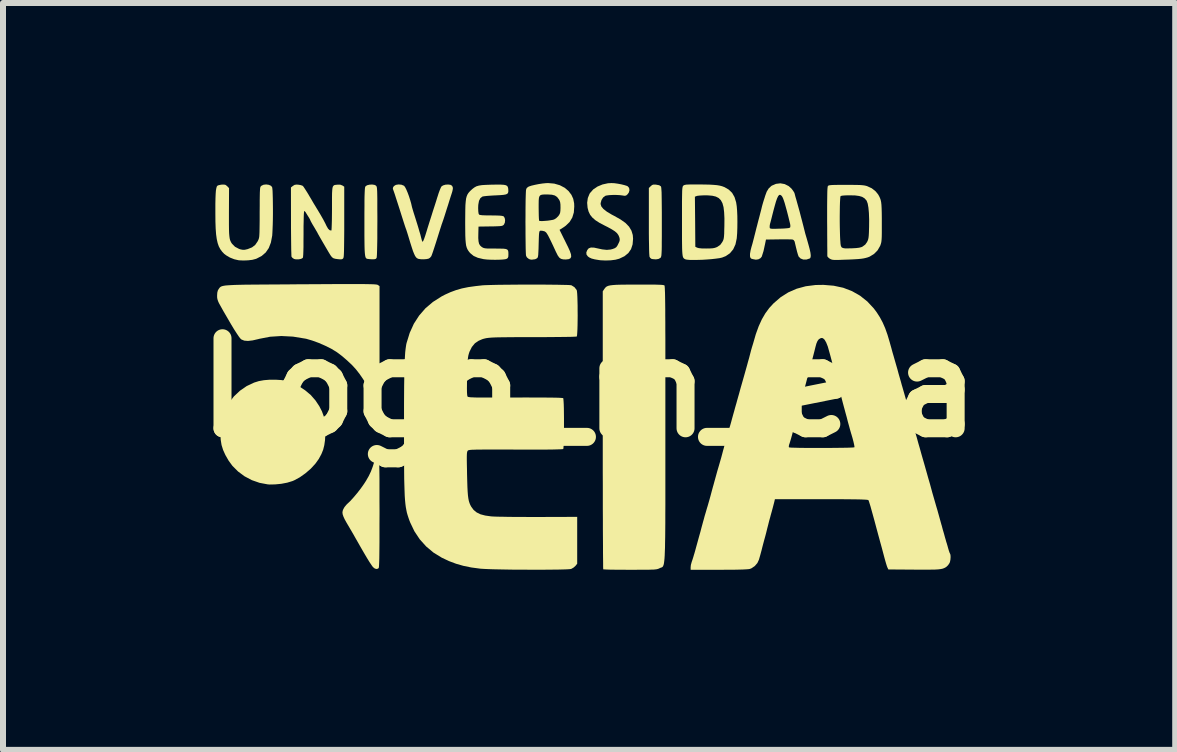
<source format=kicad_pcb>
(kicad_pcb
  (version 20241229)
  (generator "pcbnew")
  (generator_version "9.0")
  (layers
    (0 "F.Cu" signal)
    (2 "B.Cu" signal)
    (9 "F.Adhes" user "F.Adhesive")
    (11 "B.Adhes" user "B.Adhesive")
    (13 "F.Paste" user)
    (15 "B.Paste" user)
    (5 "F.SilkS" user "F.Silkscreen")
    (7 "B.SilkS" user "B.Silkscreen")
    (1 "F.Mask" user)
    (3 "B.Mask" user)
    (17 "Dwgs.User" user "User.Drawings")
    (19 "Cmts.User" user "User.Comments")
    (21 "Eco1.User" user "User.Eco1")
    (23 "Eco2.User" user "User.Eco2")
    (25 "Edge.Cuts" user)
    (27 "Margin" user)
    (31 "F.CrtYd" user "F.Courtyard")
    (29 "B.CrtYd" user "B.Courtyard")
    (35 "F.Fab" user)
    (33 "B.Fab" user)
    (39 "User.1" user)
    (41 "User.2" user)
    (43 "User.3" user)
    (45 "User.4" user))
  (footprint "Logo_m_eia"
    (layer "F.Cu")
    (at 6.764 3.407)
    (property "Reference" "Logo_m_eia" (at 0 0 0) (layer "F.SilkS") (effects (font (size 1.5 1.5) (thickness 0.3))))
    (attr board_only exclude_from_pos_files exclude_from_bom)
    (fp_poly (pts (xy -3.479 1.146) (xy -3.485 1.152) (xy -3.491 1.146) (xy -3.485 1.14)) (stroke (width 0) (type solid)) (fill yes) (layer "F.SilkS"))
    (fp_poly (pts (xy 1.105 -3.382) (xy 1.119 -3.38) (xy 1.168 -3.371) (xy 1.195 -3.353) (xy 1.196 -3.353) (xy 1.2 -3.343) (xy 1.203 -3.325) (xy 1.205 -3.295) (xy 1.208 -3.253) (xy 1.209 -3.196) (xy 1.21 -3.124) (xy 1.211 -3.033) (xy 1.212 -2.922) (xy 1.212 -2.789) (xy 1.212 -2.757) (xy 1.212 -2.625) (xy 1.212 -2.515) (xy 1.211 -2.424) (xy 1.211 -2.352) (xy 1.21 -2.295) (xy 1.208 -2.251) (xy 1.206 -2.219) (xy 1.204 -2.196) (xy 1.2 -2.181) (xy 1.196 -2.171) (xy 1.191 -2.163) (xy 1.188 -2.16) (xy 1.157 -2.143) (xy 1.113 -2.136) (xy 1.061 -2.14) (xy 1.04 -2.144) (xy 1.02 -2.159) (xy 1.007 -2.179) (xy 1.005 -2.198) (xy 1.002 -2.238) (xy 1 -2.298) (xy 0.999 -2.375) (xy 0.997 -2.467) (xy 0.996 -2.573) (xy 0.996 -2.689) (xy 0.996 -2.767) (xy 0.996 -3.325) (xy 1.027 -3.355) (xy 1.049 -3.374) (xy 1.071 -3.382)) (stroke (width 0) (type solid)) (fill yes) (layer "F.SilkS"))
    (fp_poly (pts (xy -3.575 -3.377) (xy -3.551 -3.365) (xy -3.546 -3.359) (xy -3.541 -3.352) (xy -3.537 -3.34) (xy -3.534 -3.322) (xy -3.532 -3.296) (xy -3.53 -3.26) (xy -3.529 -3.212) (xy -3.528 -3.149) (xy -3.528 -3.069) (xy -3.528 -2.971) (xy -3.527 -2.853) (xy -3.527 -2.763) (xy -3.528 -2.612) (xy -3.528 -2.481) (xy -3.53 -2.372) (xy -3.532 -2.284) (xy -3.534 -2.22) (xy -3.537 -2.178) (xy -3.54 -2.159) (xy -3.54 -2.159) (xy -3.554 -2.144) (xy -3.578 -2.138) (xy -3.609 -2.137) (xy -3.649 -2.139) (xy -3.682 -2.143) (xy -3.691 -2.144) (xy -3.703 -2.147) (xy -3.712 -2.153) (xy -3.721 -2.164) (xy -3.727 -2.181) (xy -3.732 -2.207) (xy -3.736 -2.243) (xy -3.739 -2.292) (xy -3.741 -2.356) (xy -3.742 -2.436) (xy -3.743 -2.535) (xy -3.743 -2.653) (xy -3.743 -2.769) (xy -3.743 -2.903) (xy -3.742 -3.015) (xy -3.742 -3.106) (xy -3.741 -3.18) (xy -3.739 -3.237) (xy -3.737 -3.281) (xy -3.735 -3.312) (xy -3.732 -3.334) (xy -3.728 -3.347) (xy -3.725 -3.352) (xy -3.7 -3.37) (xy -3.66 -3.38) (xy -3.615 -3.383)) (stroke (width 0) (type solid)) (fill yes) (layer "F.SilkS"))
    (fp_poly (pts (xy -5.125 -0.125) (xy -5.055 -0.113) (xy -4.945 -0.078) (xy -4.835 -0.024) (xy -4.731 0.045) (xy -4.637 0.124) (xy -4.561 0.211) (xy -4.555 0.219) (xy -4.494 0.311) (xy -4.45 0.397) (xy -4.419 0.482) (xy -4.401 0.574) (xy -4.393 0.678) (xy -4.394 0.771) (xy -4.399 0.874) (xy -4.411 0.959) (xy -4.43 1.035) (xy -4.459 1.107) (xy -4.5 1.183) (xy -4.501 1.186) (xy -4.56 1.268) (xy -4.636 1.351) (xy -4.724 1.427) (xy -4.818 1.494) (xy -4.912 1.545) (xy -4.943 1.558) (xy -5.028 1.584) (xy -5.127 1.603) (xy -5.229 1.613) (xy -5.324 1.615) (xy -5.357 1.612) (xy -5.49 1.587) (xy -5.619 1.542) (xy -5.74 1.478) (xy -5.848 1.398) (xy -5.942 1.304) (xy -6.005 1.218) (xy -6.059 1.124) (xy -6.097 1.04) (xy -6.123 0.957) (xy -6.137 0.869) (xy -6.143 0.767) (xy -6.143 0.736) (xy -6.141 0.656) (xy -6.136 0.592) (xy -6.126 0.536) (xy -6.119 0.51) (xy -6.07 0.377) (xy -6.001 0.255) (xy -5.916 0.146) (xy -5.816 0.052) (xy -5.704 -0.025) (xy -5.581 -0.083) (xy -5.501 -0.108) (xy -5.417 -0.123) (xy -5.321 -0.131) (xy -5.22 -0.131)) (stroke (width 0) (type solid)) (fill yes) (layer "F.SilkS"))
    (fp_poly (pts (xy -3.524 1.171) (xy -3.51 1.183) (xy -3.507 1.188) (xy -3.504 1.198) (xy -3.501 1.214) (xy -3.499 1.238) (xy -3.497 1.271) (xy -3.495 1.314) (xy -3.494 1.37) (xy -3.493 1.441) (xy -3.492 1.526) (xy -3.492 1.629) (xy -3.492 1.751) (xy -3.492 1.894) (xy -3.491 2.058) (xy -3.491 2.098) (xy -3.492 2.276) (xy -3.492 2.432) (xy -3.492 2.566) (xy -3.493 2.679) (xy -3.494 2.774) (xy -3.495 2.851) (xy -3.497 2.911) (xy -3.499 2.956) (xy -3.501 2.986) (xy -3.504 3.004) (xy -3.506 3.009) (xy -3.534 3.023) (xy -3.568 3.016) (xy -3.6 2.991) (xy -3.601 2.99) (xy -3.625 2.957) (xy -3.659 2.906) (xy -3.702 2.836) (xy -3.755 2.746) (xy -3.819 2.635) (xy -3.85 2.58) (xy -3.888 2.514) (xy -3.924 2.45) (xy -3.957 2.393) (xy -3.983 2.349) (xy -3.995 2.328) (xy -4.04 2.252) (xy -4.072 2.194) (xy -4.093 2.148) (xy -4.105 2.112) (xy -4.109 2.082) (xy -4.105 2.054) (xy -4.096 2.029) (xy -4.075 1.991) (xy -4.043 1.952) (xy -4.028 1.937) (xy -3.979 1.891) (xy -3.923 1.829) (xy -3.863 1.758) (xy -3.804 1.682) (xy -3.751 1.607) (xy -3.718 1.556) (xy -3.672 1.476) (xy -3.635 1.399) (xy -3.604 1.317) (xy -3.574 1.221) (xy -3.56 1.182) (xy -3.544 1.166)) (stroke (width 0) (type solid)) (fill yes) (layer "F.SilkS"))
    (fp_poly (pts (xy 0.42 -3.405) (xy 0.477 -3.397) (xy 0.536 -3.386) (xy 0.589 -3.373) (xy 0.63 -3.36) (xy 0.645 -3.352) (xy 0.667 -3.325) (xy 0.673 -3.288) (xy 0.662 -3.249) (xy 0.641 -3.22) (xy 0.619 -3.201) (xy 0.597 -3.195) (xy 0.564 -3.199) (xy 0.56 -3.2) (xy 0.512 -3.206) (xy 0.454 -3.209) (xy 0.393 -3.209) (xy 0.336 -3.206) (xy 0.291 -3.2) (xy 0.269 -3.194) (xy 0.234 -3.167) (xy 0.207 -3.125) (xy 0.193 -3.074) (xy 0.192 -3.057) (xy 0.204 -3.018) (xy 0.239 -2.975) (xy 0.297 -2.93) (xy 0.377 -2.882) (xy 0.421 -2.859) (xy 0.524 -2.801) (xy 0.606 -2.743) (xy 0.666 -2.681) (xy 0.706 -2.614) (xy 0.728 -2.542) (xy 0.733 -2.48) (xy 0.725 -2.385) (xy 0.699 -2.306) (xy 0.654 -2.241) (xy 0.589 -2.188) (xy 0.503 -2.147) (xy 0.439 -2.13) (xy 0.361 -2.12) (xy 0.275 -2.117) (xy 0.191 -2.121) (xy 0.168 -2.124) (xy 0.095 -2.136) (xy 0.041 -2.15) (xy 0.003 -2.168) (xy -0.02 -2.185) (xy -0.043 -2.216) (xy -0.046 -2.251) (xy -0.03 -2.291) (xy -0.006 -2.32) (xy 0.03 -2.333) (xy 0.081 -2.332) (xy 0.127 -2.322) (xy 0.219 -2.302) (xy 0.295 -2.294) (xy 0.36 -2.3) (xy 0.394 -2.309) (xy 0.43 -2.323) (xy 0.454 -2.34) (xy 0.473 -2.367) (xy 0.486 -2.393) (xy 0.504 -2.431) (xy 0.511 -2.458) (xy 0.509 -2.483) (xy 0.503 -2.507) (xy 0.488 -2.541) (xy 0.465 -2.573) (xy 0.429 -2.604) (xy 0.379 -2.636) (xy 0.31 -2.674) (xy 0.266 -2.696) (xy 0.176 -2.743) (xy 0.107 -2.787) (xy 0.056 -2.831) (xy 0.018 -2.878) (xy -0.008 -2.932) (xy -0.025 -2.996) (xy -0.025 -2.997) (xy -0.032 -3.079) (xy -0.021 -3.158) (xy 0.008 -3.229) (xy 0.016 -3.241) (xy 0.069 -3.301) (xy 0.14 -3.349) (xy 0.224 -3.384) (xy 0.315 -3.404) (xy 0.372 -3.407)) (stroke (width 0) (type solid)) (fill yes) (layer "F.SilkS"))
    (fp_poly (pts (xy -3.814 -1.724) (xy -3.741 -1.724) (xy -3.682 -1.723) (xy -3.634 -1.722) (xy -3.596 -1.721) (xy -3.568 -1.719) (xy -3.547 -1.717) (xy -3.533 -1.715) (xy -3.524 -1.712) (xy -3.52 -1.71) (xy -3.491 -1.691) (xy -3.491 -0.75) (xy -3.491 0.191) (xy -3.518 0.209) (xy -3.545 0.225) (xy -3.562 0.223) (xy -3.579 0.204) (xy -3.58 0.201) (xy -3.594 0.176) (xy -3.612 0.138) (xy -3.631 0.096) (xy -3.665 0.026) (xy -3.711 -0.056) (xy -3.765 -0.141) (xy -3.821 -0.223) (xy -3.877 -0.295) (xy -3.891 -0.312) (xy -3.954 -0.38) (xy -4.031 -0.452) (xy -4.112 -0.522) (xy -4.191 -0.582) (xy -4.211 -0.596) (xy -4.297 -0.648) (xy -4.398 -0.698) (xy -4.506 -0.745) (xy -4.614 -0.784) (xy -4.713 -0.813) (xy -4.73 -0.816) (xy -4.933 -0.849) (xy -5.127 -0.859) (xy -5.314 -0.847) (xy -5.495 -0.812) (xy -5.509 -0.808) (xy -5.605 -0.786) (xy -5.683 -0.777) (xy -5.744 -0.782) (xy -5.789 -0.8) (xy -5.793 -0.802) (xy -5.812 -0.82) (xy -5.837 -0.853) (xy -5.87 -0.902) (xy -5.912 -0.967) (xy -5.962 -1.05) (xy -6.022 -1.153) (xy -6.093 -1.275) (xy -6.108 -1.302) (xy -6.142 -1.363) (xy -6.167 -1.408) (xy -6.182 -1.442) (xy -6.191 -1.47) (xy -6.196 -1.496) (xy -6.197 -1.524) (xy -6.197 -1.532) (xy -6.194 -1.582) (xy -6.185 -1.617) (xy -6.172 -1.64) (xy -6.164 -1.651) (xy -6.157 -1.661) (xy -6.149 -1.67) (xy -6.139 -1.678) (xy -6.126 -1.685) (xy -6.108 -1.691) (xy -6.085 -1.696) (xy -6.053 -1.701) (xy -6.013 -1.704) (xy -5.963 -1.707) (xy -5.902 -1.71) (xy -5.827 -1.712) (xy -5.738 -1.714) (xy -5.634 -1.715) (xy -5.512 -1.716) (xy -5.373 -1.717) (xy -5.213 -1.718) (xy -5.033 -1.719) (xy -4.829 -1.721) (xy -4.807 -1.721) (xy -4.604 -1.722) (xy -4.423 -1.723) (xy -4.264 -1.724) (xy -4.125 -1.724) (xy -4.005 -1.725) (xy -3.902 -1.725)) (stroke (width 0) (type solid)) (fill yes) (layer "F.SilkS"))
    (fp_poly (pts (xy -5.336 -3.378) (xy -5.3 -3.362) (xy -5.281 -3.34) (xy -5.277 -3.319) (xy -5.273 -3.277) (xy -5.271 -3.219) (xy -5.269 -3.148) (xy -5.268 -3.067) (xy -5.267 -2.98) (xy -5.267 -2.89) (xy -5.268 -2.802) (xy -5.27 -2.718) (xy -5.273 -2.643) (xy -5.276 -2.579) (xy -5.279 -2.531) (xy -5.28 -2.526) (xy -5.301 -2.416) (xy -5.336 -2.325) (xy -5.387 -2.251) (xy -5.454 -2.193) (xy -5.538 -2.149) (xy -5.558 -2.142) (xy -5.612 -2.128) (xy -5.681 -2.12) (xy -5.755 -2.117) (xy -5.827 -2.12) (xy -5.843 -2.122) (xy -5.912 -2.138) (xy -5.983 -2.166) (xy -6.046 -2.203) (xy -6.078 -2.227) (xy -6.114 -2.265) (xy -6.144 -2.306) (xy -6.169 -2.353) (xy -6.188 -2.408) (xy -6.203 -2.475) (xy -6.214 -2.554) (xy -6.221 -2.65) (xy -6.225 -2.764) (xy -6.226 -2.898) (xy -6.226 -2.952) (xy -6.226 -3.065) (xy -6.224 -3.156) (xy -6.221 -3.228) (xy -6.217 -3.282) (xy -6.21 -3.321) (xy -6.203 -3.347) (xy -6.193 -3.362) (xy -6.174 -3.371) (xy -6.141 -3.378) (xy -6.121 -3.381) (xy -6.082 -3.382) (xy -6.057 -3.377) (xy -6.036 -3.361) (xy -6.029 -3.355) (xy -5.998 -3.323) (xy -6 -2.923) (xy -6 -2.806) (xy -6 -2.711) (xy -5.999 -2.634) (xy -5.997 -2.572) (xy -5.993 -2.525) (xy -5.988 -2.487) (xy -5.981 -2.458) (xy -5.971 -2.434) (xy -5.96 -2.413) (xy -5.949 -2.397) (xy -5.899 -2.346) (xy -5.831 -2.31) (xy -5.806 -2.302) (xy -5.769 -2.295) (xy -5.735 -2.296) (xy -5.691 -2.306) (xy -5.685 -2.308) (xy -5.615 -2.336) (xy -5.563 -2.376) (xy -5.523 -2.434) (xy -5.517 -2.445) (xy -5.51 -2.46) (xy -5.504 -2.475) (xy -5.499 -2.493) (xy -5.495 -2.516) (xy -5.493 -2.546) (xy -5.491 -2.586) (xy -5.49 -2.64) (xy -5.489 -2.709) (xy -5.488 -2.796) (xy -5.488 -2.905) (xy -5.488 -2.921) (xy -5.487 -3.032) (xy -5.487 -3.122) (xy -5.486 -3.192) (xy -5.485 -3.246) (xy -5.483 -3.286) (xy -5.481 -3.315) (xy -5.478 -3.334) (xy -5.473 -3.346) (xy -5.468 -3.354) (xy -5.461 -3.36) (xy -5.459 -3.362) (xy -5.424 -3.379) (xy -5.38 -3.384)) (stroke (width 0) (type solid)) (fill yes) (layer "F.SilkS"))
    (fp_poly (pts (xy 1.029 -1.716) (xy 1.109 -1.715) (xy 1.17 -1.713) (xy 1.214 -1.711) (xy 1.241 -1.707) (xy 1.254 -1.703) (xy 1.255 -1.703) (xy 1.257 -1.699) (xy 1.259 -1.689) (xy 1.26 -1.674) (xy 1.262 -1.651) (xy 1.263 -1.619) (xy 1.265 -1.579) (xy 1.266 -1.528) (xy 1.267 -1.466) (xy 1.268 -1.393) (xy 1.269 -1.306) (xy 1.269 -1.205) (xy 1.27 -1.089) (xy 1.27 -0.957) (xy 1.271 -0.808) (xy 1.271 -0.642) (xy 1.271 -0.456) (xy 1.271 -0.251) (xy 1.271 -0.025) (xy 1.271 0.223) (xy 1.271 0.493) (xy 1.271 0.592) (xy 1.271 0.873) (xy 1.271 1.131) (xy 1.271 1.367) (xy 1.271 1.582) (xy 1.271 1.777) (xy 1.271 1.953) (xy 1.27 2.111) (xy 1.27 2.251) (xy 1.269 2.376) (xy 1.268 2.486) (xy 1.266 2.582) (xy 1.265 2.664) (xy 1.262 2.735) (xy 1.26 2.794) (xy 1.257 2.843) (xy 1.253 2.884) (xy 1.249 2.916) (xy 1.245 2.941) (xy 1.239 2.96) (xy 1.233 2.974) (xy 1.227 2.984) (xy 1.219 2.991) (xy 1.211 2.995) (xy 1.202 2.999) (xy 1.192 3.002) (xy 1.181 3.006) (xy 1.176 3.009) (xy 1.162 3.016) (xy 1.147 3.021) (xy 1.13 3.026) (xy 1.107 3.029) (xy 1.077 3.032) (xy 1.037 3.033) (xy 0.983 3.035) (xy 0.914 3.035) (xy 0.827 3.035) (xy 0.719 3.036) (xy 0.683 3.036) (xy 0.583 3.035) (xy 0.49 3.035) (xy 0.408 3.034) (xy 0.338 3.033) (xy 0.285 3.031) (xy 0.25 3.029) (xy 0.236 3.028) (xy 0.236 3.028) (xy 0.235 3.015) (xy 0.234 2.979) (xy 0.234 2.922) (xy 0.233 2.845) (xy 0.232 2.748) (xy 0.232 2.633) (xy 0.231 2.5) (xy 0.23 2.352) (xy 0.23 2.19) (xy 0.229 2.013) (xy 0.229 1.825) (xy 0.229 1.625) (xy 0.228 1.415) (xy 0.228 1.196) (xy 0.228 0.97) (xy 0.228 0.737) (xy 0.228 0.708) (xy 0.228 -1.604) (xy 0.255 -1.644) (xy 0.268 -1.661) (xy 0.282 -1.676) (xy 0.3 -1.687) (xy 0.323 -1.696) (xy 0.355 -1.703) (xy 0.398 -1.708) (xy 0.454 -1.712) (xy 0.525 -1.714) (xy 0.614 -1.715) (xy 0.723 -1.716) (xy 0.805 -1.716) (xy 0.929 -1.716)) (stroke (width 0) (type solid)) (fill yes) (layer "F.SilkS"))
    (fp_poly (pts (xy 1.814 -3.384) (xy 1.921 -3.383) (xy 2.008 -3.381) (xy 2.077 -3.377) (xy 2.133 -3.372) (xy 2.179 -3.364) (xy 2.217 -3.354) (xy 2.251 -3.341) (xy 2.255 -3.34) (xy 2.327 -3.298) (xy 2.383 -3.244) (xy 2.423 -3.174) (xy 2.45 -3.086) (xy 2.46 -3.021) (xy 2.466 -2.948) (xy 2.47 -2.859) (xy 2.471 -2.761) (xy 2.47 -2.663) (xy 2.467 -2.572) (xy 2.461 -2.496) (xy 2.46 -2.485) (xy 2.439 -2.386) (xy 2.401 -2.303) (xy 2.347 -2.238) (xy 2.277 -2.19) (xy 2.216 -2.166) (xy 2.172 -2.156) (xy 2.112 -2.148) (xy 2.042 -2.14) (xy 1.965 -2.134) (xy 1.885 -2.129) (xy 1.807 -2.127) (xy 1.736 -2.126) (xy 1.675 -2.127) (xy 1.629 -2.131) (xy 1.603 -2.137) (xy 1.602 -2.138) (xy 1.59 -2.144) (xy 1.579 -2.152) (xy 1.571 -2.162) (xy 1.564 -2.176) (xy 1.559 -2.197) (xy 1.555 -2.228) (xy 1.552 -2.268) (xy 1.55 -2.322) (xy 1.549 -2.391) (xy 1.548 -2.476) (xy 1.548 -2.581) (xy 1.548 -2.707) (xy 1.548 -2.766) (xy 1.548 -2.899) (xy 1.548 -3.01) (xy 1.548 -3.101) (xy 1.549 -3.174) (xy 1.549 -3.18) (xy 1.763 -3.18) (xy 1.767 -2.763) (xy 1.77 -2.346) (xy 1.8 -2.331) (xy 1.829 -2.323) (xy 1.878 -2.318) (xy 1.944 -2.317) (xy 1.956 -2.317) (xy 2.018 -2.318) (xy 2.062 -2.321) (xy 2.096 -2.328) (xy 2.126 -2.339) (xy 2.135 -2.343) (xy 2.185 -2.377) (xy 2.219 -2.424) (xy 2.23 -2.444) (xy 2.238 -2.464) (xy 2.244 -2.488) (xy 2.248 -2.52) (xy 2.251 -2.564) (xy 2.252 -2.623) (xy 2.254 -2.694) (xy 2.255 -2.819) (xy 2.25 -2.922) (xy 2.24 -3.006) (xy 2.222 -3.072) (xy 2.195 -3.122) (xy 2.159 -3.158) (xy 2.112 -3.182) (xy 2.053 -3.196) (xy 1.981 -3.202) (xy 1.947 -3.203) (xy 1.892 -3.202) (xy 1.843 -3.199) (xy 1.807 -3.195) (xy 1.794 -3.192) (xy 1.763 -3.18) (xy 1.549 -3.18) (xy 1.55 -3.231) (xy 1.551 -3.275) (xy 1.553 -3.307) (xy 1.556 -3.33) (xy 1.559 -3.345) (xy 1.563 -3.355) (xy 1.568 -3.362) (xy 1.571 -3.365) (xy 1.582 -3.372) (xy 1.597 -3.377) (xy 1.621 -3.381) (xy 1.658 -3.383) (xy 1.709 -3.384) (xy 1.78 -3.384)) (stroke (width 0) (type solid)) (fill yes) (layer "F.SilkS"))
    (fp_poly (pts (xy -3.127 -3.38) (xy -3.087 -3.364) (xy -3.081 -3.36) (xy -3.065 -3.339) (xy -3.045 -3.3) (xy -3.023 -3.248) (xy -3.001 -3.189) (xy -2.981 -3.126) (xy -2.964 -3.067) (xy -2.957 -3.036) (xy -2.95 -3.006) (xy -2.937 -2.961) (xy -2.921 -2.908) (xy -2.91 -2.874) (xy -2.891 -2.814) (xy -2.872 -2.753) (xy -2.856 -2.702) (xy -2.85 -2.682) (xy -2.837 -2.638) (xy -2.826 -2.599) (xy -2.82 -2.58) (xy -2.811 -2.55) (xy -2.801 -2.51) (xy -2.795 -2.487) (xy -2.786 -2.453) (xy -2.777 -2.432) (xy -2.772 -2.429) (xy -2.762 -2.445) (xy -2.747 -2.481) (xy -2.729 -2.533) (xy -2.709 -2.597) (xy -2.705 -2.61) (xy -2.694 -2.647) (xy -2.677 -2.701) (xy -2.657 -2.765) (xy -2.635 -2.834) (xy -2.626 -2.862) (xy -2.602 -2.939) (xy -2.575 -3.022) (xy -2.549 -3.103) (xy -2.528 -3.172) (xy -2.524 -3.183) (xy -2.506 -3.24) (xy -2.487 -3.291) (xy -2.471 -3.329) (xy -2.46 -3.35) (xy -2.433 -3.368) (xy -2.393 -3.38) (xy -2.349 -3.383) (xy -2.31 -3.378) (xy -2.288 -3.366) (xy -2.272 -3.343) (xy -2.269 -3.314) (xy -2.277 -3.273) (xy -2.284 -3.249) (xy -2.293 -3.221) (xy -2.308 -3.175) (xy -2.327 -3.115) (xy -2.348 -3.047) (xy -2.369 -2.982) (xy -2.391 -2.912) (xy -2.411 -2.849) (xy -2.428 -2.797) (xy -2.441 -2.76) (xy -2.447 -2.742) (xy -2.455 -2.721) (xy -2.467 -2.682) (xy -2.483 -2.633) (xy -2.496 -2.592) (xy -2.526 -2.496) (xy -2.554 -2.407) (xy -2.579 -2.33) (xy -2.6 -2.266) (xy -2.617 -2.218) (xy -2.628 -2.19) (xy -2.629 -2.188) (xy -2.65 -2.163) (xy -2.671 -2.149) (xy -2.705 -2.141) (xy -2.752 -2.137) (xy -2.801 -2.138) (xy -2.842 -2.144) (xy -2.852 -2.148) (xy -2.869 -2.157) (xy -2.884 -2.172) (xy -2.899 -2.194) (xy -2.915 -2.228) (xy -2.934 -2.275) (xy -2.955 -2.339) (xy -2.981 -2.421) (xy -3 -2.484) (xy -3.016 -2.537) (xy -3.031 -2.585) (xy -3.042 -2.619) (xy -3.047 -2.634) (xy -3.054 -2.652) (xy -3.067 -2.69) (xy -3.084 -2.742) (xy -3.104 -2.805) (xy -3.126 -2.874) (xy -3.158 -2.976) (xy -3.188 -3.069) (xy -3.215 -3.152) (xy -3.237 -3.221) (xy -3.255 -3.273) (xy -3.267 -3.306) (xy -3.269 -3.312) (xy -3.266 -3.334) (xy -3.251 -3.357) (xy -3.219 -3.377) (xy -3.174 -3.384)) (stroke (width 0) (type solid)) (fill yes) (layer "F.SilkS"))
    (fp_poly (pts (xy -1.467 -3.381) (xy -1.419 -3.378) (xy -1.386 -3.371) (xy -1.365 -3.359) (xy -1.354 -3.342) (xy -1.348 -3.319) (xy -1.346 -3.298) (xy -1.345 -3.268) (xy -1.35 -3.245) (xy -1.362 -3.229) (xy -1.386 -3.218) (xy -1.424 -3.211) (xy -1.48 -3.206) (xy -1.556 -3.202) (xy -1.564 -3.202) (xy -1.63 -3.198) (xy -1.69 -3.194) (xy -1.738 -3.189) (xy -1.77 -3.184) (xy -1.777 -3.182) (xy -1.811 -3.156) (xy -1.834 -3.111) (xy -1.846 -3.044) (xy -1.848 -2.991) (xy -1.846 -2.938) (xy -1.841 -2.9) (xy -1.833 -2.882) (xy -1.817 -2.876) (xy -1.78 -2.871) (xy -1.723 -2.869) (xy -1.642 -2.868) (xy -1.632 -2.868) (xy -1.552 -2.867) (xy -1.493 -2.865) (xy -1.453 -2.861) (xy -1.429 -2.855) (xy -1.423 -2.852) (xy -1.406 -2.826) (xy -1.399 -2.789) (xy -1.403 -2.749) (xy -1.418 -2.716) (xy -1.421 -2.713) (xy -1.431 -2.704) (xy -1.444 -2.697) (xy -1.464 -2.692) (xy -1.496 -2.689) (xy -1.542 -2.687) (xy -1.606 -2.685) (xy -1.642 -2.685) (xy -1.842 -2.682) (xy -1.845 -2.565) (xy -1.846 -2.491) (xy -1.842 -2.437) (xy -1.833 -2.397) (xy -1.817 -2.369) (xy -1.794 -2.347) (xy -1.788 -2.343) (xy -1.771 -2.332) (xy -1.754 -2.325) (xy -1.731 -2.32) (xy -1.698 -2.317) (xy -1.651 -2.316) (xy -1.586 -2.316) (xy -1.558 -2.316) (xy -1.482 -2.315) (xy -1.426 -2.314) (xy -1.388 -2.309) (xy -1.364 -2.3) (xy -1.351 -2.284) (xy -1.345 -2.261) (xy -1.344 -2.229) (xy -1.344 -2.215) (xy -1.346 -2.178) (xy -1.356 -2.157) (xy -1.371 -2.146) (xy -1.397 -2.138) (xy -1.442 -2.133) (xy -1.5 -2.13) (xy -1.566 -2.129) (xy -1.634 -2.13) (xy -1.698 -2.133) (xy -1.753 -2.139) (xy -1.764 -2.141) (xy -1.853 -2.162) (xy -1.923 -2.193) (xy -1.977 -2.237) (xy -1.99 -2.251) (xy -2.01 -2.277) (xy -2.026 -2.303) (xy -2.038 -2.331) (xy -2.048 -2.365) (xy -2.054 -2.408) (xy -2.059 -2.463) (xy -2.062 -2.532) (xy -2.063 -2.618) (xy -2.064 -2.725) (xy -2.064 -2.757) (xy -2.063 -2.872) (xy -2.062 -2.966) (xy -2.06 -3.041) (xy -2.055 -3.101) (xy -2.049 -3.149) (xy -2.039 -3.186) (xy -2.027 -3.215) (xy -2.011 -3.241) (xy -1.991 -3.264) (xy -1.98 -3.276) (xy -1.944 -3.309) (xy -1.911 -3.334) (xy -1.877 -3.353) (xy -1.836 -3.365) (xy -1.785 -3.373) (xy -1.719 -3.377) (xy -1.635 -3.38) (xy -1.62 -3.38) (xy -1.533 -3.382)) (stroke (width 0) (type solid)) (fill yes) (layer "F.SilkS"))
    (fp_poly (pts (xy -4.845 -3.38) (xy -4.807 -3.374) (xy -4.777 -3.364) (xy -4.769 -3.359) (xy -4.756 -3.344) (xy -4.735 -3.312) (xy -4.706 -3.267) (xy -4.674 -3.215) (xy -4.665 -3.199) (xy -4.628 -3.137) (xy -4.591 -3.073) (xy -4.556 -3.016) (xy -4.53 -2.972) (xy -4.528 -2.97) (xy -4.472 -2.876) (xy -4.428 -2.799) (xy -4.394 -2.734) (xy -4.374 -2.692) (xy -4.348 -2.647) (xy -4.322 -2.622) (xy -4.294 -2.616) (xy -4.291 -2.627) (xy -4.289 -2.661) (xy -4.287 -2.713) (xy -4.285 -2.783) (xy -4.284 -2.868) (xy -4.283 -2.965) (xy -4.283 -2.98) (xy -4.283 -3.087) (xy -4.283 -3.173) (xy -4.282 -3.239) (xy -4.279 -3.289) (xy -4.275 -3.325) (xy -4.268 -3.349) (xy -4.257 -3.364) (xy -4.244 -3.373) (xy -4.225 -3.377) (xy -4.203 -3.379) (xy -4.194 -3.38) (xy -4.145 -3.38) (xy -4.11 -3.367) (xy -4.079 -3.347) (xy -4.079 -2.762) (xy -4.079 -2.623) (xy -4.08 -2.506) (xy -4.081 -2.41) (xy -4.082 -2.333) (xy -4.083 -2.272) (xy -4.085 -2.225) (xy -4.087 -2.192) (xy -4.09 -2.17) (xy -4.094 -2.157) (xy -4.096 -2.154) (xy -4.108 -2.142) (xy -4.126 -2.137) (xy -4.156 -2.137) (xy -4.189 -2.14) (xy -4.23 -2.146) (xy -4.26 -2.155) (xy -4.284 -2.173) (xy -4.307 -2.203) (xy -4.336 -2.25) (xy -4.38 -2.325) (xy -4.421 -2.395) (xy -4.457 -2.457) (xy -4.487 -2.509) (xy -4.509 -2.548) (xy -4.521 -2.57) (xy -4.523 -2.574) (xy -4.529 -2.586) (xy -4.545 -2.613) (xy -4.567 -2.651) (xy -4.583 -2.678) (xy -4.609 -2.721) (xy -4.629 -2.757) (xy -4.641 -2.78) (xy -4.643 -2.786) (xy -4.649 -2.8) (xy -4.664 -2.827) (xy -4.676 -2.846) (xy -4.698 -2.881) (xy -4.717 -2.912) (xy -4.723 -2.922) (xy -4.737 -2.938) (xy -4.747 -2.94) (xy -4.749 -2.926) (xy -4.752 -2.892) (xy -4.754 -2.84) (xy -4.755 -2.772) (xy -4.757 -2.692) (xy -4.757 -2.602) (xy -4.757 -2.553) (xy -4.758 -2.437) (xy -4.758 -2.343) (xy -4.76 -2.27) (xy -4.762 -2.216) (xy -4.765 -2.181) (xy -4.769 -2.162) (xy -4.771 -2.159) (xy -4.799 -2.144) (xy -4.84 -2.136) (xy -4.883 -2.136) (xy -4.913 -2.142) (xy -4.94 -2.159) (xy -4.957 -2.179) (xy -4.959 -2.195) (xy -4.96 -2.233) (xy -4.962 -2.29) (xy -4.963 -2.364) (xy -4.964 -2.451) (xy -4.965 -2.55) (xy -4.966 -2.659) (xy -4.966 -2.768) (xy -4.967 -3.334) (xy -4.934 -3.36) (xy -4.906 -3.377) (xy -4.874 -3.382)) (stroke (width 0) (type solid)) (fill yes) (layer "F.SilkS"))
    (fp_poly (pts (xy 4.374 -3.377) (xy 4.448 -3.376) (xy 4.505 -3.375) (xy 4.549 -3.372) (xy 4.583 -3.368) (xy 4.611 -3.362) (xy 4.632 -3.356) (xy 4.71 -3.32) (xy 4.775 -3.268) (xy 4.816 -3.217) (xy 4.833 -3.187) (xy 4.847 -3.157) (xy 4.858 -3.126) (xy 4.866 -3.088) (xy 4.871 -3.042) (xy 4.874 -2.983) (xy 4.876 -2.909) (xy 4.877 -2.817) (xy 4.877 -2.748) (xy 4.877 -2.652) (xy 4.877 -2.576) (xy 4.876 -2.518) (xy 4.874 -2.474) (xy 4.871 -2.441) (xy 4.867 -2.416) (xy 4.861 -2.394) (xy 4.854 -2.373) (xy 4.849 -2.36) (xy 4.807 -2.287) (xy 4.747 -2.226) (xy 4.675 -2.182) (xy 4.642 -2.169) (xy 4.609 -2.16) (xy 4.574 -2.152) (xy 4.533 -2.146) (xy 4.482 -2.141) (xy 4.417 -2.137) (xy 4.336 -2.133) (xy 4.241 -2.13) (xy 4.169 -2.127) (xy 4.115 -2.127) (xy 4.078 -2.127) (xy 4.052 -2.13) (xy 4.032 -2.136) (xy 4.016 -2.144) (xy 4.01 -2.147) (xy 3.985 -2.167) (xy 3.971 -2.184) (xy 3.97 -2.186) (xy 3.969 -2.201) (xy 3.969 -2.238) (xy 3.969 -2.293) (xy 3.968 -2.365) (xy 3.968 -2.452) (xy 3.967 -2.55) (xy 3.967 -2.658) (xy 3.966 -2.77) (xy 3.966 -2.857) (xy 4.176 -2.857) (xy 4.176 -2.77) (xy 4.177 -2.684) (xy 4.179 -2.601) (xy 4.181 -2.526) (xy 4.184 -2.461) (xy 4.186 -2.442) (xy 4.189 -2.394) (xy 4.195 -2.36) (xy 4.207 -2.337) (xy 4.229 -2.325) (xy 4.263 -2.319) (xy 4.315 -2.319) (xy 4.379 -2.32) (xy 4.448 -2.324) (xy 4.499 -2.33) (xy 4.537 -2.34) (xy 4.553 -2.347) (xy 4.601 -2.382) (xy 4.63 -2.423) (xy 4.641 -2.445) (xy 4.649 -2.467) (xy 4.655 -2.493) (xy 4.659 -2.528) (xy 4.662 -2.576) (xy 4.664 -2.643) (xy 4.665 -2.675) (xy 4.666 -2.801) (xy 4.662 -2.909) (xy 4.654 -2.997) (xy 4.642 -3.065) (xy 4.625 -3.111) (xy 4.62 -3.119) (xy 4.589 -3.153) (xy 4.55 -3.177) (xy 4.499 -3.192) (xy 4.433 -3.201) (xy 4.348 -3.203) (xy 4.273 -3.202) (xy 4.221 -3.198) (xy 4.193 -3.192) (xy 4.19 -3.189) (xy 4.186 -3.174) (xy 4.183 -3.137) (xy 4.18 -3.084) (xy 4.178 -3.018) (xy 4.177 -2.941) (xy 4.176 -2.857) (xy 3.966 -2.857) (xy 3.966 -2.91) (xy 3.966 -3.028) (xy 3.967 -3.125) (xy 3.968 -3.203) (xy 3.969 -3.264) (xy 3.971 -3.308) (xy 3.974 -3.337) (xy 3.977 -3.354) (xy 3.979 -3.358) (xy 3.986 -3.364) (xy 3.998 -3.369) (xy 4.019 -3.372) (xy 4.051 -3.375) (xy 4.097 -3.376) (xy 4.16 -3.377) (xy 4.243 -3.377) (xy 4.279 -3.377)) (stroke (width 0) (type solid)) (fill yes) (layer "F.SilkS"))
    (fp_poly (pts (xy 3.259 -3.39) (xy 3.325 -3.357) (xy 3.371 -3.316) (xy 3.397 -3.282) (xy 3.417 -3.251) (xy 3.423 -3.236) (xy 3.429 -3.214) (xy 3.439 -3.175) (xy 3.454 -3.125) (xy 3.466 -3.081) (xy 3.482 -3.024) (xy 3.497 -2.97) (xy 3.509 -2.927) (xy 3.514 -2.907) (xy 3.522 -2.876) (xy 3.534 -2.829) (xy 3.549 -2.774) (xy 3.557 -2.742) (xy 3.571 -2.688) (xy 3.583 -2.64) (xy 3.592 -2.605) (xy 3.595 -2.592) (xy 3.602 -2.565) (xy 3.614 -2.524) (xy 3.626 -2.484) (xy 3.654 -2.385) (xy 3.675 -2.307) (xy 3.688 -2.247) (xy 3.693 -2.203) (xy 3.691 -2.173) (xy 3.682 -2.155) (xy 3.674 -2.15) (xy 3.621 -2.133) (xy 3.569 -2.133) (xy 3.524 -2.15) (xy 3.492 -2.182) (xy 3.49 -2.186) (xy 3.48 -2.213) (xy 3.466 -2.261) (xy 3.449 -2.329) (xy 3.429 -2.413) (xy 3.425 -2.432) (xy 3.409 -2.457) (xy 3.392 -2.466) (xy 3.372 -2.468) (xy 3.332 -2.469) (xy 3.277 -2.47) (xy 3.212 -2.47) (xy 3.156 -2.469) (xy 2.947 -2.466) (xy 2.931 -2.388) (xy 2.906 -2.274) (xy 2.877 -2.182) (xy 2.856 -2.156) (xy 2.821 -2.137) (xy 2.779 -2.131) (xy 2.766 -2.133) (xy 2.724 -2.141) (xy 2.7 -2.149) (xy 2.688 -2.163) (xy 2.681 -2.186) (xy 2.681 -2.188) (xy 2.681 -2.228) (xy 2.691 -2.287) (xy 2.705 -2.341) (xy 2.722 -2.399) (xy 2.737 -2.457) (xy 2.75 -2.506) (xy 2.753 -2.52) (xy 2.762 -2.554) (xy 2.775 -2.606) (xy 2.791 -2.67) (xy 2.798 -2.695) (xy 3.009 -2.695) (xy 3.009 -2.668) (xy 3.011 -2.658) (xy 3.018 -2.651) (xy 3.032 -2.647) (xy 3.057 -2.645) (xy 3.098 -2.645) (xy 3.158 -2.647) (xy 3.177 -2.647) (xy 3.247 -2.65) (xy 3.297 -2.654) (xy 3.329 -2.658) (xy 3.346 -2.665) (xy 3.35 -2.669) (xy 3.354 -2.691) (xy 3.35 -2.724) (xy 3.348 -2.732) (xy 3.32 -2.847) (xy 3.296 -2.941) (xy 3.275 -3.016) (xy 3.259 -3.074) (xy 3.244 -3.119) (xy 3.232 -3.152) (xy 3.221 -3.175) (xy 3.21 -3.192) (xy 3.198 -3.203) (xy 3.181 -3.212) (xy 3.166 -3.208) (xy 3.15 -3.189) (xy 3.133 -3.154) (xy 3.114 -3.101) (xy 3.093 -3.027) (xy 3.072 -2.949) (xy 3.055 -2.883) (xy 3.04 -2.823) (xy 3.027 -2.773) (xy 3.018 -2.739) (xy 3.015 -2.73) (xy 3.009 -2.695) (xy 2.798 -2.695) (xy 2.809 -2.739) (xy 2.819 -2.778) (xy 2.837 -2.845) (xy 2.853 -2.908) (xy 2.867 -2.961) (xy 2.876 -2.998) (xy 2.879 -3.012) (xy 2.89 -3.052) (xy 2.901 -3.09) (xy 2.911 -3.122) (xy 2.925 -3.165) (xy 2.933 -3.192) (xy 2.959 -3.263) (xy 2.991 -3.316) (xy 3.032 -3.355) (xy 3.044 -3.364) (xy 3.114 -3.394) (xy 3.187 -3.403)) (stroke (width 0) (type solid)) (fill yes) (layer "F.SilkS"))
    (fp_poly (pts (xy -0.58 -3.398) (xy -0.487 -3.371) (xy -0.405 -3.328) (xy -0.343 -3.275) (xy -0.294 -3.211) (xy -0.264 -3.145) (xy -0.249 -3.07) (xy -0.247 -3.018) (xy -0.254 -2.917) (xy -0.28 -2.832) (xy -0.324 -2.759) (xy -0.388 -2.697) (xy -0.427 -2.669) (xy -0.492 -2.628) (xy -0.452 -2.547) (xy -0.429 -2.5) (xy -0.4 -2.442) (xy -0.369 -2.379) (xy -0.351 -2.343) (xy -0.319 -2.272) (xy -0.301 -2.219) (xy -0.298 -2.18) (xy -0.31 -2.155) (xy -0.337 -2.14) (xy -0.38 -2.135) (xy -0.385 -2.134) (xy -0.432 -2.136) (xy -0.468 -2.145) (xy -0.496 -2.165) (xy -0.522 -2.201) (xy -0.549 -2.255) (xy -0.554 -2.265) (xy -0.597 -2.358) (xy -0.632 -2.432) (xy -0.66 -2.489) (xy -0.682 -2.532) (xy -0.7 -2.562) (xy -0.714 -2.582) (xy -0.728 -2.594) (xy -0.74 -2.602) (xy -0.742 -2.603) (xy -0.777 -2.612) (xy -0.806 -2.614) (xy -0.816 -2.612) (xy -0.823 -2.607) (xy -0.828 -2.596) (xy -0.832 -2.575) (xy -0.835 -2.542) (xy -0.837 -2.493) (xy -0.839 -2.424) (xy -0.84 -2.39) (xy -0.842 -2.311) (xy -0.845 -2.253) (xy -0.847 -2.213) (xy -0.851 -2.185) (xy -0.856 -2.168) (xy -0.863 -2.158) (xy -0.869 -2.153) (xy -0.896 -2.139) (xy -0.913 -2.136) (xy -0.941 -2.133) (xy -0.95 -2.131) (xy -0.971 -2.132) (xy -1.001 -2.141) (xy -1.001 -2.141) (xy -1.035 -2.168) (xy -1.049 -2.194) (xy -1.052 -2.213) (xy -1.054 -2.253) (xy -1.056 -2.311) (xy -1.057 -2.384) (xy -1.058 -2.468) (xy -1.059 -2.562) (xy -1.059 -2.66) (xy -1.06 -2.762) (xy -1.059 -2.863) (xy -1.059 -2.96) (xy -1.058 -3.051) (xy -1.058 -3.058) (xy -0.84 -3.058) (xy -0.84 -2.989) (xy -0.839 -2.922) (xy -0.838 -2.863) (xy -0.836 -2.817) (xy -0.833 -2.787) (xy -0.831 -2.778) (xy -0.814 -2.775) (xy -0.781 -2.774) (xy -0.736 -2.777) (xy -0.687 -2.781) (xy -0.64 -2.788) (xy -0.601 -2.795) (xy -0.58 -2.802) (xy -0.549 -2.821) (xy -0.518 -2.851) (xy -0.51 -2.86) (xy -0.493 -2.886) (xy -0.483 -2.91) (xy -0.478 -2.943) (xy -0.476 -2.99) (xy -0.476 -2.998) (xy -0.477 -3.051) (xy -0.482 -3.088) (xy -0.492 -3.117) (xy -0.503 -3.136) (xy -0.533 -3.175) (xy -0.57 -3.2) (xy -0.619 -3.213) (xy -0.684 -3.217) (xy -0.698 -3.217) (xy -0.748 -3.217) (xy -0.784 -3.214) (xy -0.809 -3.206) (xy -0.825 -3.19) (xy -0.835 -3.162) (xy -0.839 -3.119) (xy -0.84 -3.058) (xy -1.058 -3.058) (xy -1.057 -3.132) (xy -1.055 -3.2) (xy -1.053 -3.253) (xy -1.051 -3.287) (xy -1.05 -3.295) (xy -1.039 -3.324) (xy -1.014 -3.344) (xy -0.999 -3.351) (xy -0.96 -3.364) (xy -0.905 -3.377) (xy -0.841 -3.39) (xy -0.775 -3.4) (xy -0.716 -3.406) (xy -0.681 -3.407)) (stroke (width 0) (type solid)) (fill yes) (layer "F.SilkS"))
    (fp_poly (pts (xy -0.836 -1.715) (xy -0.724 -1.715) (xy -0.621 -1.714) (xy -0.527 -1.713) (xy -0.445 -1.711) (xy -0.378 -1.71) (xy -0.329 -1.708) (xy -0.3 -1.705) (xy -0.294 -1.704) (xy -0.244 -1.673) (xy -0.207 -1.626) (xy -0.206 -1.624) (xy -0.202 -1.604) (xy -0.198 -1.565) (xy -0.195 -1.509) (xy -0.193 -1.441) (xy -0.191 -1.364) (xy -0.191 -1.282) (xy -0.19 -1.198) (xy -0.191 -1.116) (xy -0.192 -1.038) (xy -0.194 -0.97) (xy -0.197 -0.914) (xy -0.2 -0.873) (xy -0.205 -0.852) (xy -0.206 -0.85) (xy -0.221 -0.849) (xy -0.257 -0.847) (xy -0.313 -0.845) (xy -0.387 -0.844) (xy -0.476 -0.843) (xy -0.578 -0.842) (xy -0.692 -0.841) (xy -0.815 -0.84) (xy -0.938 -0.84) (xy -1.094 -0.84) (xy -1.227 -0.84) (xy -1.34 -0.839) (xy -1.436 -0.838) (xy -1.515 -0.837) (xy -1.581 -0.835) (xy -1.635 -0.832) (xy -1.679 -0.828) (xy -1.715 -0.823) (xy -1.745 -0.816) (xy -1.771 -0.809) (xy -1.796 -0.799) (xy -1.821 -0.788) (xy -1.84 -0.78) (xy -1.902 -0.738) (xy -1.953 -0.676) (xy -1.992 -0.598) (xy -2.003 -0.565) (xy -2.011 -0.535) (xy -2.017 -0.501) (xy -2.021 -0.459) (xy -2.025 -0.406) (xy -2.028 -0.338) (xy -2.031 -0.253) (xy -2.033 -0.182) (xy -2.034 -0.075) (xy -2.035 0.013) (xy -2.034 0.079) (xy -2.031 0.123) (xy -2.027 0.145) (xy -2.027 0.145) (xy -2.024 0.15) (xy -2.019 0.153) (xy -2.009 0.157) (xy -1.995 0.159) (xy -1.972 0.162) (xy -1.941 0.163) (xy -1.899 0.165) (xy -1.844 0.166) (xy -1.775 0.166) (xy -1.689 0.166) (xy -1.586 0.166) (xy -1.464 0.166) (xy -1.32 0.166) (xy -1.229 0.166) (xy -1.049 0.165) (xy -0.892 0.166) (xy -0.759 0.166) (xy -0.648 0.167) (xy -0.561 0.168) (xy -0.496 0.17) (xy -0.453 0.173) (xy -0.433 0.175) (xy -0.431 0.176) (xy -0.428 0.191) (xy -0.425 0.227) (xy -0.422 0.28) (xy -0.42 0.347) (xy -0.419 0.424) (xy -0.418 0.508) (xy -0.418 0.595) (xy -0.418 0.683) (xy -0.419 0.767) (xy -0.42 0.845) (xy -0.422 0.913) (xy -0.424 0.968) (xy -0.427 1.005) (xy -0.43 1.023) (xy -0.43 1.023) (xy -0.444 1.026) (xy -0.479 1.028) (xy -0.536 1.03) (xy -0.615 1.032) (xy -0.716 1.033) (xy -0.841 1.033) (xy -0.988 1.033) (xy -1.159 1.033) (xy -1.222 1.033) (xy -1.378 1.032) (xy -1.513 1.032) (xy -1.626 1.032) (xy -1.722 1.032) (xy -1.8 1.033) (xy -1.862 1.033) (xy -1.912 1.035) (xy -1.949 1.036) (xy -1.977 1.038) (xy -1.996 1.041) (xy -2.009 1.044) (xy -2.017 1.047) (xy -2.02 1.05) (xy -2.026 1.058) (xy -2.03 1.069) (xy -2.034 1.087) (xy -2.036 1.114) (xy -2.037 1.154) (xy -2.037 1.207) (xy -2.036 1.278) (xy -2.034 1.368) (xy -2.033 1.438) (xy -2.03 1.557) (xy -2.027 1.654) (xy -2.023 1.733) (xy -2.018 1.797) (xy -2.011 1.848) (xy -2.003 1.889) (xy -1.992 1.924) (xy -1.979 1.955) (xy -1.963 1.985) (xy -1.963 1.985) (xy -1.923 2.039) (xy -1.873 2.08) (xy -1.81 2.111) (xy -1.73 2.132) (xy -1.631 2.146) (xy -1.614 2.147) (xy -1.576 2.149) (xy -1.517 2.151) (xy -1.44 2.152) (xy -1.347 2.154) (xy -1.242 2.155) (xy -1.127 2.155) (xy -1.005 2.156) (xy -0.878 2.156) (xy -0.84 2.156) (xy -0.198 2.154) (xy -0.198 2.544) (xy -0.198 2.935) (xy -0.228 2.972) (xy -0.26 3) (xy -0.297 3.021) (xy -0.301 3.022) (xy -0.324 3.025) (xy -0.368 3.028) (xy -0.43 3.03) (xy -0.509 3.032) (xy -0.601 3.033) (xy -0.705 3.034) (xy -0.816 3.035) (xy -0.933 3.035) (xy -1.052 3.034) (xy -1.172 3.034) (xy -1.29 3.033) (xy -1.403 3.031) (xy -1.508 3.029) (xy -1.603 3.027) (xy -1.685 3.024) (xy -1.752 3.021) (xy -1.8 3.018) (xy -1.812 3.017) (xy -1.962 2.997) (xy -2.094 2.97) (xy -2.216 2.935) (xy -2.333 2.891) (xy -2.452 2.835) (xy -2.454 2.834) (xy -2.591 2.75) (xy -2.714 2.647) (xy -2.821 2.528) (xy -2.91 2.394) (xy -2.979 2.25) (xy -2.996 2.207) (xy -3.01 2.166) (xy -3.023 2.126) (xy -3.035 2.085) (xy -3.044 2.041) (xy -3.053 1.993) (xy -3.06 1.939) (xy -3.066 1.877) (xy -3.071 1.807) (xy -3.074 1.725) (xy -3.077 1.631) (xy -3.08 1.523) (xy -3.081 1.399) (xy -3.082 1.258) (xy -3.083 1.098) (xy -3.083 0.917) (xy -3.083 0.714) (xy -3.083 0.69) (xy -3.083 0.478) (xy -3.083 0.288) (xy -3.082 0.12) (xy -3.081 -0.029) (xy -3.079 -0.16) (xy -3.077 -0.274) (xy -3.074 -0.372) (xy -3.071 -0.457) (xy -3.067 -0.529) (xy -3.063 -0.591) (xy -3.057 -0.643) (xy -3.051 -0.686) (xy -3.045 -0.724) (xy -3.04 -0.744) (xy -2.988 -0.912) (xy -2.919 -1.064) (xy -2.831 -1.2) (xy -2.726 -1.321) (xy -2.601 -1.427) (xy -2.458 -1.518) (xy -2.401 -1.548) (xy -2.308 -1.59) (xy -2.216 -1.624) (xy -2.118 -1.652) (xy -2.01 -1.674) (xy -1.887 -1.691) (xy -1.77 -1.704) (xy -1.73 -1.706) (xy -1.671 -1.708) (xy -1.596 -1.71) (xy -1.507 -1.712) (xy -1.408 -1.713) (xy -1.3 -1.714) (xy -1.186 -1.715) (xy -1.069 -1.716) (xy -0.951 -1.716)) (stroke (width 0) (type solid)) (fill yes) (layer "F.SilkS"))
    (fp_poly (pts (xy 4.075 -1.697) (xy 4.234 -1.663) (xy 4.38 -1.607) (xy 4.514 -1.531) (xy 4.635 -1.435) (xy 4.744 -1.318) (xy 4.793 -1.252) (xy 4.845 -1.171) (xy 4.891 -1.085) (xy 4.933 -0.989) (xy 4.972 -0.879) (xy 5.01 -0.751) (xy 5.015 -0.732) (xy 5.034 -0.665) (xy 5.054 -0.591) (xy 5.074 -0.523) (xy 5.081 -0.498) (xy 5.11 -0.397) (xy 5.136 -0.307) (xy 5.156 -0.233) (xy 5.159 -0.222) (xy 5.166 -0.198) (xy 5.178 -0.156) (xy 5.194 -0.101) (xy 5.211 -0.038) (xy 5.219 -0.012) (xy 5.25 0.096) (xy 5.275 0.184) (xy 5.294 0.254) (xy 5.31 0.309) (xy 5.316 0.33) (xy 5.325 0.362) (xy 5.337 0.405) (xy 5.345 0.432) (xy 5.357 0.473) (xy 5.367 0.507) (xy 5.371 0.522) (xy 5.376 0.539) (xy 5.383 0.565) (xy 5.393 0.602) (xy 5.409 0.656) (xy 5.422 0.702) (xy 5.43 0.73) (xy 5.443 0.776) (xy 5.46 0.834) (xy 5.478 0.9) (xy 5.488 0.936) (xy 5.511 1.015) (xy 5.535 1.102) (xy 5.559 1.186) (xy 5.58 1.258) (xy 5.584 1.272) (xy 5.621 1.403) (xy 5.652 1.513) (xy 5.678 1.602) (xy 5.697 1.672) (xy 5.711 1.723) (xy 5.717 1.746) (xy 5.728 1.784) (xy 5.743 1.836) (xy 5.76 1.895) (xy 5.769 1.926) (xy 5.783 1.975) (xy 5.803 2.042) (xy 5.825 2.121) (xy 5.848 2.204) (xy 5.871 2.287) (xy 5.873 2.292) (xy 5.893 2.367) (xy 5.913 2.435) (xy 5.929 2.494) (xy 5.942 2.538) (xy 5.949 2.564) (xy 5.95 2.568) (xy 5.959 2.595) (xy 5.971 2.636) (xy 5.982 2.676) (xy 5.994 2.717) (xy 6.005 2.749) (xy 6.013 2.765) (xy 6.021 2.787) (xy 6.023 2.824) (xy 6.02 2.867) (xy 6.012 2.906) (xy 6.004 2.925) (xy 5.981 2.959) (xy 5.953 2.986) (xy 5.933 2.999) (xy 5.912 3.009) (xy 5.887 3.018) (xy 5.856 3.024) (xy 5.816 3.029) (xy 5.764 3.032) (xy 5.698 3.033) (xy 5.615 3.034) (xy 5.514 3.034) (xy 5.405 3.033) (xy 4.986 3.03) (xy 4.971 2.999) (xy 4.962 2.976) (xy 4.949 2.935) (xy 4.934 2.883) (xy 4.918 2.825) (xy 4.9 2.757) (xy 4.881 2.685) (xy 4.863 2.619) (xy 4.852 2.58) (xy 4.837 2.524) (xy 4.818 2.455) (xy 4.799 2.384) (xy 4.787 2.34) (xy 4.755 2.22) (xy 4.728 2.122) (xy 4.706 2.043) (xy 4.689 1.981) (xy 4.675 1.936) (xy 4.665 1.904) (xy 4.658 1.884) (xy 4.653 1.875) (xy 4.653 1.875) (xy 4.645 1.872) (xy 4.627 1.869) (xy 4.597 1.867) (xy 4.554 1.865) (xy 4.496 1.863) (xy 4.422 1.862) (xy 4.33 1.861) (xy 4.219 1.86) (xy 4.087 1.86) (xy 3.934 1.86) (xy 3.868 1.86) (xy 3.096 1.86) (xy 3.084 1.911) (xy 3.078 1.934) (xy 3.072 1.957) (xy 3.065 1.984) (xy 3.056 2.018) (xy 3.043 2.066) (xy 3.025 2.13) (xy 3.019 2.154) (xy 3.001 2.218) (xy 2.983 2.29) (xy 2.966 2.355) (xy 2.964 2.364) (xy 2.95 2.421) (xy 2.935 2.478) (xy 2.922 2.525) (xy 2.92 2.532) (xy 2.906 2.584) (xy 2.891 2.641) (xy 2.885 2.664) (xy 2.874 2.709) (xy 2.862 2.753) (xy 2.857 2.772) (xy 2.846 2.811) (xy 2.833 2.856) (xy 2.83 2.867) (xy 2.804 2.923) (xy 2.761 2.973) (xy 2.707 3.01) (xy 2.68 3.021) (xy 2.657 3.025) (xy 2.619 3.028) (xy 2.563 3.031) (xy 2.489 3.033) (xy 2.395 3.035) (xy 2.28 3.035) (xy 2.161 3.036) (xy 1.692 3.036) (xy 1.692 2.994) (xy 1.696 2.954) (xy 1.708 2.911) (xy 1.709 2.907) (xy 1.721 2.872) (xy 1.736 2.825) (xy 1.751 2.774) (xy 1.752 2.772) (xy 1.768 2.716) (xy 1.786 2.65) (xy 1.804 2.585) (xy 1.807 2.574) (xy 1.824 2.512) (xy 1.839 2.458) (xy 1.855 2.402) (xy 1.872 2.336) (xy 1.889 2.274) (xy 1.9 2.233) (xy 1.912 2.191) (xy 1.925 2.142) (xy 1.943 2.082) (xy 1.965 2.006) (xy 1.975 1.974) (xy 1.987 1.932) (xy 2.004 1.873) (xy 2.024 1.801) (xy 2.045 1.722) (xy 2.067 1.641) (xy 2.07 1.632) (xy 2.092 1.551) (xy 2.114 1.472) (xy 2.134 1.399) (xy 2.152 1.338) (xy 2.165 1.294) (xy 2.166 1.29) (xy 2.184 1.228) (xy 2.204 1.158) (xy 2.22 1.098) (xy 2.233 1.048) (xy 2.246 1.002) (xy 2.252 0.978) (xy 3.327 0.978) (xy 3.33 0.996) (xy 3.343 0.998) (xy 3.377 1.001) (xy 3.429 1.002) (xy 3.497 1.004) (xy 3.576 1.005) (xy 3.665 1.006) (xy 3.761 1.006) (xy 3.86 1.006) (xy 3.959 1.006) (xy 4.055 1.005) (xy 4.147 1.004) (xy 4.23 1.003) (xy 4.301 1.002) (xy 4.359 1) (xy 4.399 0.998) (xy 4.419 0.995) (xy 4.421 0.994) (xy 4.421 0.98) (xy 4.415 0.947) (xy 4.404 0.899) (xy 4.389 0.842) (xy 4.371 0.78) (xy 4.367 0.768) (xy 4.358 0.737) (xy 4.345 0.691) (xy 4.331 0.639) (xy 4.325 0.618) (xy 4.311 0.567) (xy 4.294 0.5) (xy 4.273 0.424) (xy 4.253 0.349) (xy 4.246 0.324) (xy 4.226 0.249) (xy 4.206 0.172) (xy 4.187 0.099) (xy 4.171 0.039) (xy 4.167 0.024) (xy 4.153 -0.03) (xy 4.14 -0.078) (xy 4.131 -0.115) (xy 4.128 -0.126) (xy 4.116 -0.167) (xy 4.101 -0.226) (xy 4.081 -0.298) (xy 4.06 -0.377) (xy 4.039 -0.459) (xy 4.018 -0.538) (xy 4.003 -0.592) (xy 3.977 -0.684) (xy 3.95 -0.752) (xy 3.923 -0.798) (xy 3.895 -0.823) (xy 3.865 -0.826) (xy 3.833 -0.809) (xy 3.824 -0.801) (xy 3.805 -0.775) (xy 3.787 -0.733) (xy 3.77 -0.671) (xy 3.769 -0.666) (xy 3.753 -0.602) (xy 3.734 -0.528) (xy 3.716 -0.459) (xy 3.712 -0.444) (xy 3.696 -0.385) (xy 3.681 -0.332) (xy 3.668 -0.281) (xy 3.653 -0.223) (xy 3.634 -0.154) (xy 3.619 -0.096) (xy 3.601 -0.028) (xy 3.581 0.048) (xy 3.562 0.119) (xy 3.558 0.132) (xy 3.542 0.189) (xy 3.523 0.261) (xy 3.503 0.337) (xy 3.485 0.408) (xy 3.46 0.501) (xy 3.436 0.591) (xy 3.41 0.685) (xy 3.381 0.79) (xy 3.364 0.852) (xy 3.351 0.895) (xy 3.339 0.934) (xy 3.333 0.95) (xy 3.327 0.978) (xy 2.252 0.978) (xy 2.255 0.97) (xy 2.256 0.966) (xy 2.265 0.933) (xy 2.277 0.89) (xy 2.284 0.864) (xy 2.296 0.821) (xy 2.312 0.765) (xy 2.328 0.707) (xy 2.333 0.69) (xy 2.35 0.634) (xy 2.366 0.578) (xy 2.378 0.533) (xy 2.381 0.522) (xy 2.394 0.475) (xy 2.409 0.421) (xy 2.418 0.39) (xy 2.43 0.345) (xy 2.442 0.303) (xy 2.448 0.282) (xy 2.454 0.262) (xy 2.465 0.221) (xy 2.481 0.164) (xy 2.501 0.094) (xy 2.523 0.013) (xy 2.548 -0.074) (xy 2.556 -0.102) (xy 2.587 -0.211) (xy 2.612 -0.3) (xy 2.632 -0.371) (xy 2.647 -0.427) (xy 2.659 -0.469) (xy 2.668 -0.501) (xy 2.674 -0.525) (xy 2.679 -0.544) (xy 2.683 -0.559) (xy 2.687 -0.575) (xy 2.689 -0.582) (xy 2.699 -0.621) (xy 2.709 -0.655) (xy 2.71 -0.66) (xy 2.72 -0.692) (xy 2.732 -0.731) (xy 2.734 -0.738) (xy 2.778 -0.89) (xy 2.826 -1.022) (xy 2.878 -1.136) (xy 2.936 -1.236) (xy 3.002 -1.326) (xy 3.073 -1.403) (xy 3.191 -1.505) (xy 3.319 -1.586) (xy 3.459 -1.647) (xy 3.61 -1.688) (xy 3.774 -1.709) (xy 3.905 -1.711)) (stroke (width 0) (type solid)) (fill yes) (layer "F.SilkS")))
  (gr_rect
    (start -3 -3)
    (end 16.529 9.443)
    (stroke (width 0.1) (type default))
    (fill no)
    (layer "Edge.Cuts")))
</source>
